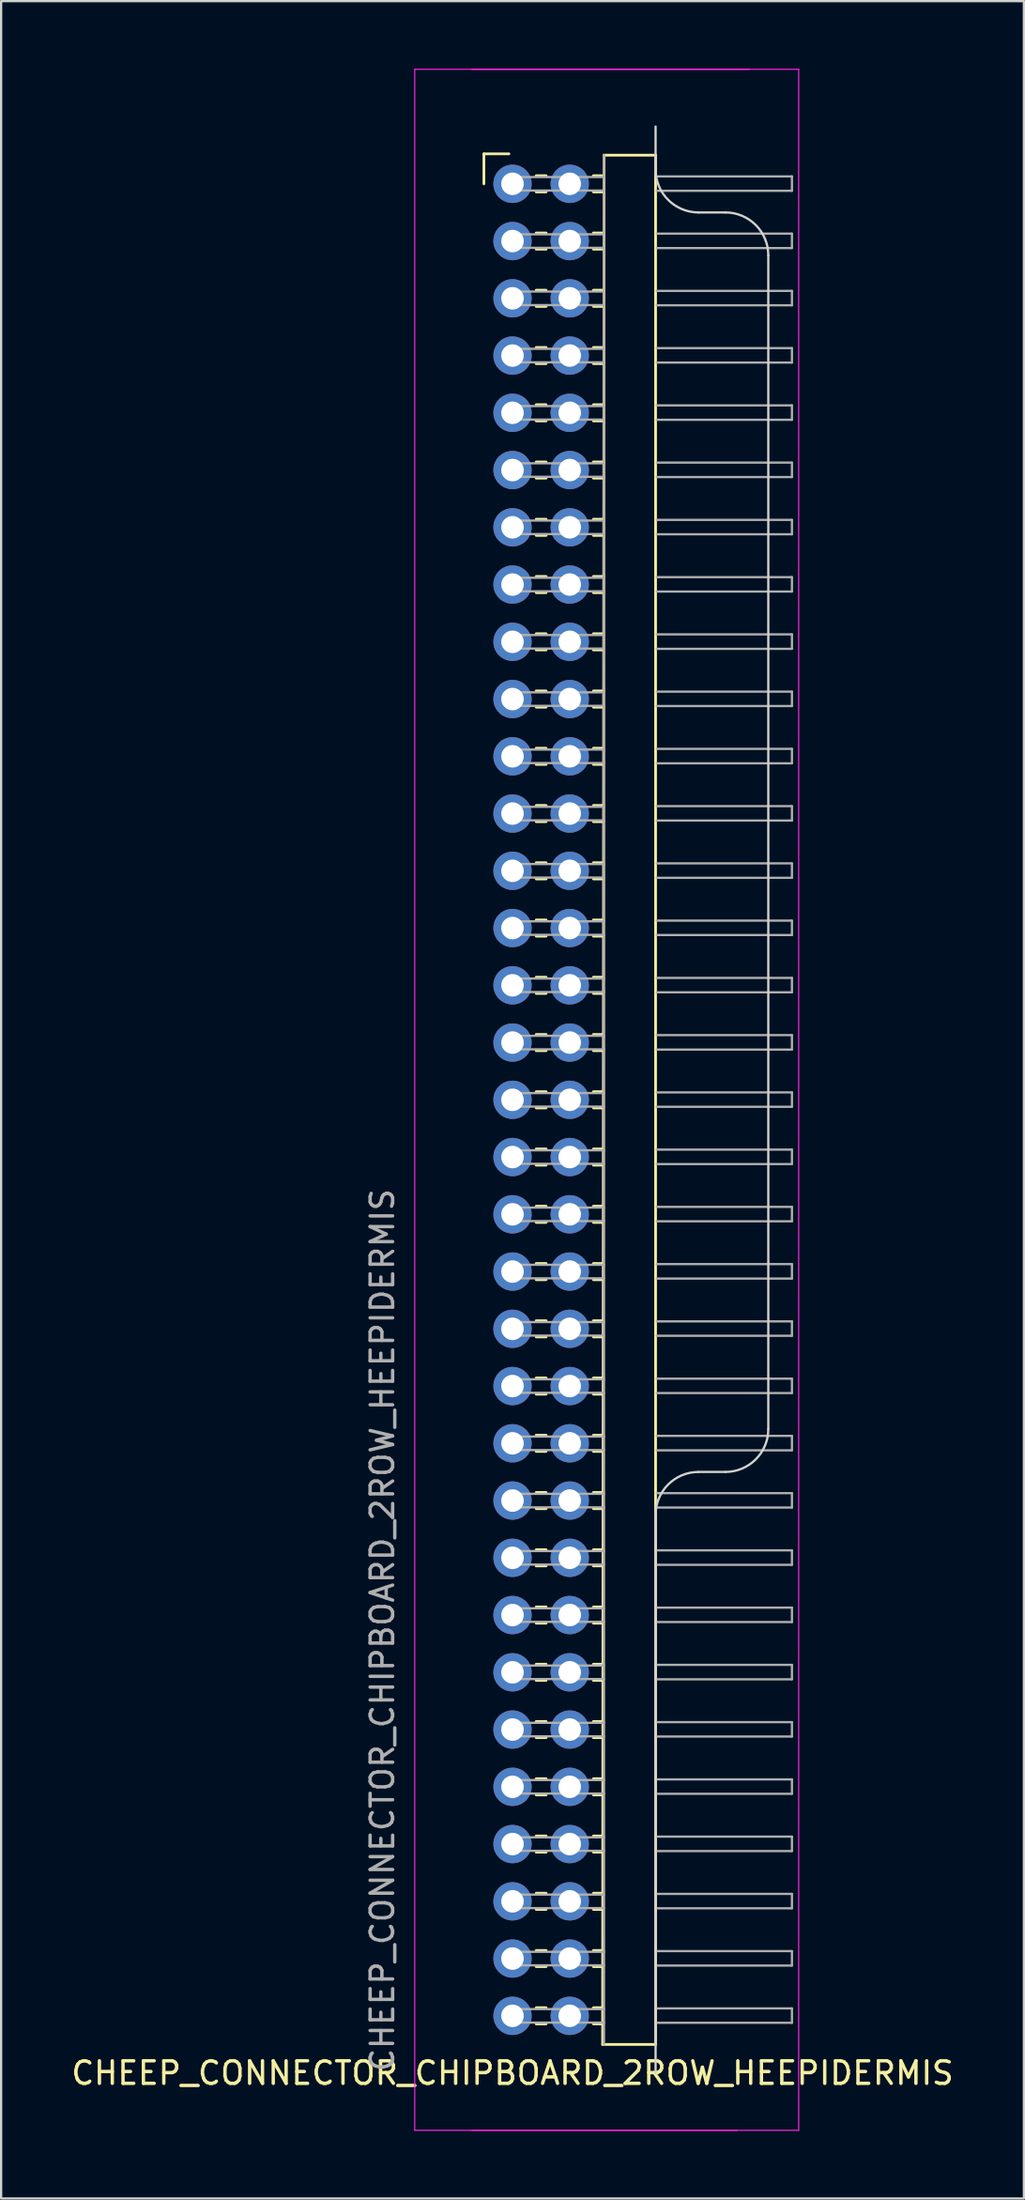
<source format=kicad_pcb>
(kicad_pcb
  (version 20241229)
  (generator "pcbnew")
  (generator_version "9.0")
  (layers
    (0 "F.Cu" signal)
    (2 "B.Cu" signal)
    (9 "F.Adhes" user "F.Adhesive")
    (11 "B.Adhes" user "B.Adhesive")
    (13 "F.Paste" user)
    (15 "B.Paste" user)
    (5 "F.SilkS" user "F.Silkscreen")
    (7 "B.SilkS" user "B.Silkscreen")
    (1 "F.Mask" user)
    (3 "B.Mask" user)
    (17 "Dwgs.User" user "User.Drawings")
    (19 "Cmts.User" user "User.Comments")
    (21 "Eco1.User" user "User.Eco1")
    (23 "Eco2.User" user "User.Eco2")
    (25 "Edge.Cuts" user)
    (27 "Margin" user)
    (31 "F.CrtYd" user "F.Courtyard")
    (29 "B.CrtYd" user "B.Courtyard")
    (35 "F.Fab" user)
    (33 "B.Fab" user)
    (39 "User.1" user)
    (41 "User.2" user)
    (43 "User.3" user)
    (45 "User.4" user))
  (footprint "CHEEP_CONNECTOR_CHIPBOARD_2ROW_HEEPIDERMIS"
    (layer "F.Cu")
    (at 19.696 5.105)
    (property "Reference" "CHEEP_CONNECTOR_CHIPBOARD_2ROW_HEEPIDERMIS" (at 0 83.82 0) (layer "F.SilkS") (effects (font (size 1 1) (thickness 0.15))))
    (attr through_hole)
    (fp_line (start -1.27 -1.33) (end -1.27 0) (stroke (width 0.12) (type solid)) (layer "F.SilkS"))
    (fp_line (start -0.16 -1.33) (end -1.27 -1.33) (stroke (width 0.12) (type solid)) (layer "F.SilkS"))
    (fp_line (start 1.49 -0.36) (end 1.05 -0.36) (stroke (width 0.12) (type solid)) (layer "F.SilkS"))
    (fp_line (start 1.49 0.36) (end 1.05 0.36) (stroke (width 0.12) (type solid)) (layer "F.SilkS"))
    (fp_line (start 1.49 2.18) (end 1.05 2.18) (stroke (width 0.12) (type solid)) (layer "F.SilkS"))
    (fp_line (start 1.49 2.9) (end 1.05 2.9) (stroke (width 0.12) (type solid)) (layer "F.SilkS"))
    (fp_line (start 1.49 4.72) (end 1.05 4.72) (stroke (width 0.12) (type solid)) (layer "F.SilkS"))
    (fp_line (start 1.49 5.44) (end 1.05 5.44) (stroke (width 0.12) (type solid)) (layer "F.SilkS"))
    (fp_line (start 1.49 7.26) (end 1.05 7.26) (stroke (width 0.12) (type solid)) (layer "F.SilkS"))
    (fp_line (start 1.49 7.98) (end 1.05 7.98) (stroke (width 0.12) (type solid)) (layer "F.SilkS"))
    (fp_line (start 1.49 9.8) (end 1.05 9.8) (stroke (width 0.12) (type solid)) (layer "F.SilkS"))
    (fp_line (start 1.49 10.52) (end 1.05 10.52) (stroke (width 0.12) (type solid)) (layer "F.SilkS"))
    (fp_line (start 1.49 12.34) (end 1.05 12.34) (stroke (width 0.12) (type solid)) (layer "F.SilkS"))
    (fp_line (start 1.49 13.06) (end 1.05 13.06) (stroke (width 0.12) (type solid)) (layer "F.SilkS"))
    (fp_line (start 1.49 14.88) (end 1.05 14.88) (stroke (width 0.12) (type solid)) (layer "F.SilkS"))
    (fp_line (start 1.49 15.6) (end 1.05 15.6) (stroke (width 0.12) (type solid)) (layer "F.SilkS"))
    (fp_line (start 1.49 17.42) (end 1.05 17.42) (stroke (width 0.12) (type solid)) (layer "F.SilkS"))
    (fp_line (start 1.49 18.14) (end 1.05 18.14) (stroke (width 0.12) (type solid)) (layer "F.SilkS"))
    (fp_line (start 1.49 19.96) (end 1.05 19.96) (stroke (width 0.12) (type solid)) (layer "F.SilkS"))
    (fp_line (start 1.49 20.68) (end 1.05 20.68) (stroke (width 0.12) (type solid)) (layer "F.SilkS"))
    (fp_line (start 1.49 22.5) (end 1.05 22.5) (stroke (width 0.12) (type solid)) (layer "F.SilkS"))
    (fp_line (start 1.49 23.22) (end 1.05 23.22) (stroke (width 0.12) (type solid)) (layer "F.SilkS"))
    (fp_line (start 1.49 25.04) (end 1.05 25.04) (stroke (width 0.12) (type solid)) (layer "F.SilkS"))
    (fp_line (start 1.49 25.76) (end 1.05 25.76) (stroke (width 0.12) (type solid)) (layer "F.SilkS"))
    (fp_line (start 1.49 27.58) (end 1.05 27.58) (stroke (width 0.12) (type solid)) (layer "F.SilkS"))
    (fp_line (start 1.49 28.3) (end 1.05 28.3) (stroke (width 0.12) (type solid)) (layer "F.SilkS"))
    (fp_line (start 1.49 30.12) (end 1.05 30.12) (stroke (width 0.12) (type solid)) (layer "F.SilkS"))
    (fp_line (start 1.49 30.84) (end 1.05 30.84) (stroke (width 0.12) (type solid)) (layer "F.SilkS"))
    (fp_line (start 1.49 32.66) (end 1.05 32.66) (stroke (width 0.12) (type solid)) (layer "F.SilkS"))
    (fp_line (start 1.49 33.38) (end 1.05 33.38) (stroke (width 0.12) (type solid)) (layer "F.SilkS"))
    (fp_line (start 1.49 35.2) (end 1.05 35.2) (stroke (width 0.12) (type solid)) (layer "F.SilkS"))
    (fp_line (start 1.49 35.92) (end 1.05 35.92) (stroke (width 0.12) (type solid)) (layer "F.SilkS"))
    (fp_line (start 1.49 37.74) (end 1.05 37.74) (stroke (width 0.12) (type solid)) (layer "F.SilkS"))
    (fp_line (start 1.49 38.46) (end 1.05 38.46) (stroke (width 0.12) (type solid)) (layer "F.SilkS"))
    (fp_line (start 1.49 40.28) (end 1.05 40.28) (stroke (width 0.12) (type solid)) (layer "F.SilkS"))
    (fp_line (start 1.49 41) (end 1.05 41) (stroke (width 0.12) (type solid)) (layer "F.SilkS"))
    (fp_line (start 1.49 42.82) (end 1.05 42.82) (stroke (width 0.12) (type solid)) (layer "F.SilkS"))
    (fp_line (start 1.49 43.54) (end 1.05 43.54) (stroke (width 0.12) (type solid)) (layer "F.SilkS"))
    (fp_line (start 1.49 45.36) (end 1.05 45.36) (stroke (width 0.12) (type solid)) (layer "F.SilkS"))
    (fp_line (start 1.49 46.08) (end 1.05 46.08) (stroke (width 0.12) (type solid)) (layer "F.SilkS"))
    (fp_line (start 1.49 47.9) (end 1.05 47.9) (stroke (width 0.12) (type solid)) (layer "F.SilkS"))
    (fp_line (start 1.49 48.62) (end 1.05 48.62) (stroke (width 0.12) (type solid)) (layer "F.SilkS"))
    (fp_line (start 1.49 50.44) (end 1.05 50.44) (stroke (width 0.12) (type solid)) (layer "F.SilkS"))
    (fp_line (start 1.49 51.16) (end 1.05 51.16) (stroke (width 0.12) (type solid)) (layer "F.SilkS"))
    (fp_line (start 1.49 52.98) (end 1.05 52.98) (stroke (width 0.12) (type solid)) (layer "F.SilkS"))
    (fp_line (start 1.49 53.7) (end 1.05 53.7) (stroke (width 0.12) (type solid)) (layer "F.SilkS"))
    (fp_line (start 1.49 55.52) (end 1.05 55.52) (stroke (width 0.12) (type solid)) (layer "F.SilkS"))
    (fp_line (start 1.49 56.24) (end 1.05 56.24) (stroke (width 0.12) (type solid)) (layer "F.SilkS"))
    (fp_line (start 1.49 58.06) (end 1.05 58.06) (stroke (width 0.12) (type solid)) (layer "F.SilkS"))
    (fp_line (start 1.49 58.78) (end 1.05 58.78) (stroke (width 0.12) (type solid)) (layer "F.SilkS"))
    (fp_line (start 1.49 60.6) (end 1.05 60.6) (stroke (width 0.12) (type solid)) (layer "F.SilkS"))
    (fp_line (start 1.49 61.32) (end 1.05 61.32) (stroke (width 0.12) (type solid)) (layer "F.SilkS"))
    (fp_line (start 1.49 63.14) (end 1.05 63.14) (stroke (width 0.12) (type solid)) (layer "F.SilkS"))
    (fp_line (start 1.49 63.86) (end 1.05 63.86) (stroke (width 0.12) (type solid)) (layer "F.SilkS"))
    (fp_line (start 1.49 65.68) (end 1.05 65.68) (stroke (width 0.12) (type solid)) (layer "F.SilkS"))
    (fp_line (start 1.49 66.4) (end 1.05 66.4) (stroke (width 0.12) (type solid)) (layer "F.SilkS"))
    (fp_line (start 1.49 68.22) (end 1.05 68.22) (stroke (width 0.12) (type solid)) (layer "F.SilkS"))
    (fp_line (start 1.49 68.94) (end 1.05 68.94) (stroke (width 0.12) (type solid)) (layer "F.SilkS"))
    (fp_line (start 1.49 70.76) (end 1.05 70.76) (stroke (width 0.12) (type solid)) (layer "F.SilkS"))
    (fp_line (start 1.49 71.48) (end 1.05 71.48) (stroke (width 0.12) (type solid)) (layer "F.SilkS"))
    (fp_line (start 1.49 73.3) (end 1.05 73.3) (stroke (width 0.12) (type solid)) (layer "F.SilkS"))
    (fp_line (start 1.49 74.02) (end 1.05 74.02) (stroke (width 0.12) (type solid)) (layer "F.SilkS"))
    (fp_line (start 1.49 75.84) (end 1.05 75.84) (stroke (width 0.12) (type solid)) (layer "F.SilkS"))
    (fp_line (start 1.49 76.56) (end 1.05 76.56) (stroke (width 0.12) (type solid)) (layer "F.SilkS"))
    (fp_line (start 1.49 78.38) (end 1.05 78.38) (stroke (width 0.12) (type solid)) (layer "F.SilkS"))
    (fp_line (start 1.49 79.1) (end 1.05 79.1) (stroke (width 0.12) (type solid)) (layer "F.SilkS"))
    (fp_line (start 1.49 80.92) (end 1.05 80.92) (stroke (width 0.12) (type solid)) (layer "F.SilkS"))
    (fp_line (start 1.49 81.64) (end 1.05 81.64) (stroke (width 0.12) (type solid)) (layer "F.SilkS"))
    (fp_line (start 4 -0.36) (end 3.59 -0.36) (stroke (width 0.12) (type solid)) (layer "F.SilkS"))
    (fp_line (start 4 0.36) (end 3.59 0.36) (stroke (width 0.12) (type solid)) (layer "F.SilkS"))
    (fp_line (start 4 2.18) (end 3.59 2.18) (stroke (width 0.12) (type solid)) (layer "F.SilkS"))
    (fp_line (start 4 2.9) (end 3.59 2.9) (stroke (width 0.12) (type solid)) (layer "F.SilkS"))
    (fp_line (start 4 4.72) (end 3.59 4.72) (stroke (width 0.12) (type solid)) (layer "F.SilkS"))
    (fp_line (start 4 5.44) (end 3.59 5.44) (stroke (width 0.12) (type solid)) (layer "F.SilkS"))
    (fp_line (start 4 7.26) (end 3.59 7.26) (stroke (width 0.12) (type solid)) (layer "F.SilkS"))
    (fp_line (start 4 7.98) (end 3.59 7.98) (stroke (width 0.12) (type solid)) (layer "F.SilkS"))
    (fp_line (start 4 9.8) (end 3.59 9.8) (stroke (width 0.12) (type solid)) (layer "F.SilkS"))
    (fp_line (start 4 10.52) (end 3.59 10.52) (stroke (width 0.12) (type solid)) (layer "F.SilkS"))
    (fp_line (start 4 12.34) (end 3.59 12.34) (stroke (width 0.12) (type solid)) (layer "F.SilkS"))
    (fp_line (start 4 13.06) (end 3.59 13.06) (stroke (width 0.12) (type solid)) (layer "F.SilkS"))
    (fp_line (start 4 14.88) (end 3.59 14.88) (stroke (width 0.12) (type solid)) (layer "F.SilkS"))
    (fp_line (start 4 15.6) (end 3.59 15.6) (stroke (width 0.12) (type solid)) (layer "F.SilkS"))
    (fp_line (start 4 17.42) (end 3.59 17.42) (stroke (width 0.12) (type solid)) (layer "F.SilkS"))
    (fp_line (start 4 18.14) (end 3.59 18.14) (stroke (width 0.12) (type solid)) (layer "F.SilkS"))
    (fp_line (start 4 19.96) (end 3.59 19.96) (stroke (width 0.12) (type solid)) (layer "F.SilkS"))
    (fp_line (start 4 20.68) (end 3.59 20.68) (stroke (width 0.12) (type solid)) (layer "F.SilkS"))
    (fp_line (start 4 22.5) (end 3.59 22.5) (stroke (width 0.12) (type solid)) (layer "F.SilkS"))
    (fp_line (start 4 23.22) (end 3.59 23.22) (stroke (width 0.12) (type solid)) (layer "F.SilkS"))
    (fp_line (start 4 25.04) (end 3.59 25.04) (stroke (width 0.12) (type solid)) (layer "F.SilkS"))
    (fp_line (start 4 25.76) (end 3.59 25.76) (stroke (width 0.12) (type solid)) (layer "F.SilkS"))
    (fp_line (start 4 27.58) (end 3.59 27.58) (stroke (width 0.12) (type solid)) (layer "F.SilkS"))
    (fp_line (start 4 28.3) (end 3.59 28.3) (stroke (width 0.12) (type solid)) (layer "F.SilkS"))
    (fp_line (start 4 30.12) (end 3.59 30.12) (stroke (width 0.12) (type solid)) (layer "F.SilkS"))
    (fp_line (start 4 30.84) (end 3.59 30.84) (stroke (width 0.12) (type solid)) (layer "F.SilkS"))
    (fp_line (start 4 32.66) (end 3.59 32.66) (stroke (width 0.12) (type solid)) (layer "F.SilkS"))
    (fp_line (start 4 33.38) (end 3.59 33.38) (stroke (width 0.12) (type solid)) (layer "F.SilkS"))
    (fp_line (start 4 35.2) (end 3.59 35.2) (stroke (width 0.12) (type solid)) (layer "F.SilkS"))
    (fp_line (start 4 35.92) (end 3.59 35.92) (stroke (width 0.12) (type solid)) (layer "F.SilkS"))
    (fp_line (start 4 37.74) (end 3.59 37.74) (stroke (width 0.12) (type solid)) (layer "F.SilkS"))
    (fp_line (start 4 38.46) (end 3.59 38.46) (stroke (width 0.12) (type solid)) (layer "F.SilkS"))
    (fp_line (start 4 40.28) (end 3.59 40.28) (stroke (width 0.12) (type solid)) (layer "F.SilkS"))
    (fp_line (start 4 41) (end 3.59 41) (stroke (width 0.12) (type solid)) (layer "F.SilkS"))
    (fp_line (start 4 42.82) (end 3.59 42.82) (stroke (width 0.12) (type solid)) (layer "F.SilkS"))
    (fp_line (start 4 43.54) (end 3.59 43.54) (stroke (width 0.12) (type solid)) (layer "F.SilkS"))
    (fp_line (start 4 45.36) (end 3.59 45.36) (stroke (width 0.12) (type solid)) (layer "F.SilkS"))
    (fp_line (start 4 46.08) (end 3.59 46.08) (stroke (width 0.12) (type solid)) (layer "F.SilkS"))
    (fp_line (start 4 47.9) (end 3.59 47.9) (stroke (width 0.12) (type solid)) (layer "F.SilkS"))
    (fp_line (start 4 48.62) (end 3.59 48.62) (stroke (width 0.12) (type solid)) (layer "F.SilkS"))
    (fp_line (start 4 50.44) (end 3.59 50.44) (stroke (width 0.12) (type solid)) (layer "F.SilkS"))
    (fp_line (start 4 51.16) (end 3.59 51.16) (stroke (width 0.12) (type solid)) (layer "F.SilkS"))
    (fp_line (start 4 52.98) (end 3.59 52.98) (stroke (width 0.12) (type solid)) (layer "F.SilkS"))
    (fp_line (start 4 53.7) (end 3.59 53.7) (stroke (width 0.12) (type solid)) (layer "F.SilkS"))
    (fp_line (start 4 55.52) (end 3.59 55.52) (stroke (width 0.12) (type solid)) (layer "F.SilkS"))
    (fp_line (start 4 56.24) (end 3.59 56.24) (stroke (width 0.12) (type solid)) (layer "F.SilkS"))
    (fp_line (start 4 58.06) (end 3.59 58.06) (stroke (width 0.12) (type solid)) (layer "F.SilkS"))
    (fp_line (start 4 58.78) (end 3.59 58.78) (stroke (width 0.12) (type solid)) (layer "F.SilkS"))
    (fp_line (start 4 60.6) (end 3.59 60.6) (stroke (width 0.12) (type solid)) (layer "F.SilkS"))
    (fp_line (start 4 61.32) (end 3.59 61.32) (stroke (width 0.12) (type solid)) (layer "F.SilkS"))
    (fp_line (start 4 63.14) (end 3.59 63.14) (stroke (width 0.12) (type solid)) (layer "F.SilkS"))
    (fp_line (start 4 63.86) (end 3.59 63.86) (stroke (width 0.12) (type solid)) (layer "F.SilkS"))
    (fp_line (start 4 65.68) (end 3.59 65.68) (stroke (width 0.12) (type solid)) (layer "F.SilkS"))
    (fp_line (start 4 66.4) (end 3.59 66.4) (stroke (width 0.12) (type solid)) (layer "F.SilkS"))
    (fp_line (start 4 68.22) (end 3.59 68.22) (stroke (width 0.12) (type solid)) (layer "F.SilkS"))
    (fp_line (start 4 68.94) (end 3.59 68.94) (stroke (width 0.12) (type solid)) (layer "F.SilkS"))
    (fp_line (start 4 70.76) (end 3.59 70.76) (stroke (width 0.12) (type solid)) (layer "F.SilkS"))
    (fp_line (start 4 71.48) (end 3.59 71.48) (stroke (width 0.12) (type solid)) (layer "F.SilkS"))
    (fp_line (start 4 73.3) (end 3.59 73.3) (stroke (width 0.12) (type solid)) (layer "F.SilkS"))
    (fp_line (start 4 74.02) (end 3.59 74.02) (stroke (width 0.12) (type solid)) (layer "F.SilkS"))
    (fp_line (start 4 75.84) (end 3.59 75.84) (stroke (width 0.12) (type solid)) (layer "F.SilkS"))
    (fp_line (start 4 76.56) (end 3.59 76.56) (stroke (width 0.12) (type solid)) (layer "F.SilkS"))
    (fp_line (start 4 78.38) (end 3.59 78.38) (stroke (width 0.12) (type solid)) (layer "F.SilkS"))
    (fp_line (start 4 79.1) (end 3.59 79.1) (stroke (width 0.12) (type solid)) (layer "F.SilkS"))
    (fp_line (start 4 80.92) (end 3.59 80.92) (stroke (width 0.12) (type solid)) (layer "F.SilkS"))
    (fp_line (start 4 81.64) (end 3.59 81.64) (stroke (width 0.12) (type solid)) (layer "F.SilkS"))
    (fp_line (start 4.064 -1.27) (end 4 82.55) (stroke (width 0.12) (type solid)) (layer "F.SilkS"))
    (fp_line (start 6.35 -1.27) (end 4.064 -1.27) (stroke (width 0.12) (type solid)) (layer "F.SilkS"))
    (fp_line (start 6.35 -1.27) (end 6.35 82.55) (stroke (width 0.12) (type solid)) (layer "F.SilkS"))
    (fp_line (start 6.35 82.55) (end 4 82.55) (stroke (width 0.12) (type solid)) (layer "F.SilkS"))
    (fp_line (start 6.35 59.055) (end 6.35 83.82) (stroke (width 0.1) (type default)) (layer "Edge.Cuts"))
    (fp_line (start 6.35 -0.635) (end 6.35 -2.54) (stroke (width 0.1) (type default)) (layer "Edge.Cuts"))
    (fp_line (start 8.255 57.15) (end 9.448 57.15) (stroke (width 0.1) (type default)) (layer "Edge.Cuts"))
    (fp_line (start 9.448 1.27) (end 8.255 1.27) (stroke (width 0.1) (type default)) (layer "Edge.Cuts"))
    (fp_line (start 11.353 55.245) (end 11.353 3.175) (stroke (width 0.1) (type default)) (layer "Edge.Cuts"))
    (fp_arc (start 6.35 59.055) (mid 6.907962 57.707961) (end 8.255 57.15) (stroke (width 0.1) (type default)) (layer "Edge.Cuts"))
    (fp_arc (start 8.255001 1.27) (mid 6.907963 0.712038) (end 6.350001 -0.635) (stroke (width 0.1) (type default)) (layer "Edge.Cuts"))
    (fp_arc (start 9.447962 1.27) (mid 10.795 1.827962) (end 11.352962 3.175) (stroke (width 0.1) (type default)) (layer "Edge.Cuts"))
    (fp_arc (start 11.352962 55.245) (mid 10.795 56.592039) (end 9.447962 57.15) (stroke (width 0.1) (type default)) (layer "Edge.Cuts"))
    (fp_line (start -4.34 -5.08) (end 10.51 -5.08) (stroke (width 0.05) (type solid)) (layer "F.CrtYd"))
    (fp_line (start -4.34 86.36) (end -4.34 -5.08) (stroke (width 0.05) (type solid)) (layer "F.CrtYd"))
    (fp_line (start -1.8 -5.08) (end 12.7 -5.08) (stroke (width 0.05) (type solid)) (layer "F.CrtYd"))
    (fp_line (start 9.965 86.36) (end -4.34 86.36) (stroke (width 0.05) (type solid)) (layer "F.CrtYd"))
    (fp_line (start 12.7 -5.08) (end 12.7 86.36) (stroke (width 0.05) (type solid)) (layer "F.CrtYd"))
    (fp_line (start 12.7 86.36) (end -1.8 86.36) (stroke (width 0.05) (type solid)) (layer "F.CrtYd"))
    (fp_line (start 0 -0.3) (end 4.06 -0.3) (stroke (width 0.1) (type solid)) (layer "F.Fab"))
    (fp_line (start 0 0.3) (end 0 -0.3) (stroke (width 0.1) (type solid)) (layer "F.Fab"))
    (fp_line (start 0 2.24) (end 4.06 2.24) (stroke (width 0.1) (type solid)) (layer "F.Fab"))
    (fp_line (start 0 2.84) (end 0 2.24) (stroke (width 0.1) (type solid)) (layer "F.Fab"))
    (fp_line (start 0 4.78) (end 4.06 4.78) (stroke (width 0.1) (type solid)) (layer "F.Fab"))
    (fp_line (start 0 5.38) (end 0 4.78) (stroke (width 0.1) (type solid)) (layer "F.Fab"))
    (fp_line (start 0 7.32) (end 4.06 7.32) (stroke (width 0.1) (type solid)) (layer "F.Fab"))
    (fp_line (start 0 7.92) (end 0 7.32) (stroke (width 0.1) (type solid)) (layer "F.Fab"))
    (fp_line (start 0 9.86) (end 4.06 9.86) (stroke (width 0.1) (type solid)) (layer "F.Fab"))
    (fp_line (start 0 10.46) (end 0 9.86) (stroke (width 0.1) (type solid)) (layer "F.Fab"))
    (fp_line (start 0 12.4) (end 4.06 12.4) (stroke (width 0.1) (type solid)) (layer "F.Fab"))
    (fp_line (start 0 13) (end 0 12.4) (stroke (width 0.1) (type solid)) (layer "F.Fab"))
    (fp_line (start 0 14.94) (end 4.06 14.94) (stroke (width 0.1) (type solid)) (layer "F.Fab"))
    (fp_line (start 0 15.54) (end 0 14.94) (stroke (width 0.1) (type solid)) (layer "F.Fab"))
    (fp_line (start 0 17.48) (end 4.06 17.48) (stroke (width 0.1) (type solid)) (layer "F.Fab"))
    (fp_line (start 0 18.08) (end 0 17.48) (stroke (width 0.1) (type solid)) (layer "F.Fab"))
    (fp_line (start 0 20.02) (end 4.06 20.02) (stroke (width 0.1) (type solid)) (layer "F.Fab"))
    (fp_line (start 0 20.62) (end 0 20.02) (stroke (width 0.1) (type solid)) (layer "F.Fab"))
    (fp_line (start 0 22.56) (end 4.06 22.56) (stroke (width 0.1) (type solid)) (layer "F.Fab"))
    (fp_line (start 0 23.16) (end 0 22.56) (stroke (width 0.1) (type solid)) (layer "F.Fab"))
    (fp_line (start 0 25.1) (end 4.06 25.1) (stroke (width 0.1) (type solid)) (layer "F.Fab"))
    (fp_line (start 0 25.7) (end 0 25.1) (stroke (width 0.1) (type solid)) (layer "F.Fab"))
    (fp_line (start 0 27.64) (end 4.06 27.64) (stroke (width 0.1) (type solid)) (layer "F.Fab"))
    (fp_line (start 0 28.24) (end 0 27.64) (stroke (width 0.1) (type solid)) (layer "F.Fab"))
    (fp_line (start 0 30.18) (end 4.06 30.18) (stroke (width 0.1) (type solid)) (layer "F.Fab"))
    (fp_line (start 0 30.78) (end 0 30.18) (stroke (width 0.1) (type solid)) (layer "F.Fab"))
    (fp_line (start 0 32.72) (end 4.06 32.72) (stroke (width 0.1) (type solid)) (layer "F.Fab"))
    (fp_line (start 0 33.32) (end 0 32.72) (stroke (width 0.1) (type solid)) (layer "F.Fab"))
    (fp_line (start 0 35.26) (end 4.06 35.26) (stroke (width 0.1) (type solid)) (layer "F.Fab"))
    (fp_line (start 0 35.86) (end 0 35.26) (stroke (width 0.1) (type solid)) (layer "F.Fab"))
    (fp_line (start 0 37.8) (end 4.06 37.8) (stroke (width 0.1) (type solid)) (layer "F.Fab"))
    (fp_line (start 0 38.4) (end 0 37.8) (stroke (width 0.1) (type solid)) (layer "F.Fab"))
    (fp_line (start 0 40.34) (end 4.06 40.34) (stroke (width 0.1) (type solid)) (layer "F.Fab"))
    (fp_line (start 0 40.94) (end 0 40.34) (stroke (width 0.1) (type solid)) (layer "F.Fab"))
    (fp_line (start 0 42.88) (end 4.06 42.88) (stroke (width 0.1) (type solid)) (layer "F.Fab"))
    (fp_line (start 0 43.48) (end 0 42.88) (stroke (width 0.1) (type solid)) (layer "F.Fab"))
    (fp_line (start 0 45.42) (end 4.06 45.42) (stroke (width 0.1) (type solid)) (layer "F.Fab"))
    (fp_line (start 0 46.02) (end 0 45.42) (stroke (width 0.1) (type solid)) (layer "F.Fab"))
    (fp_line (start 0 47.96) (end 4.06 47.96) (stroke (width 0.1) (type solid)) (layer "F.Fab"))
    (fp_line (start 0 48.56) (end 0 47.96) (stroke (width 0.1) (type solid)) (layer "F.Fab"))
    (fp_line (start 0 50.5) (end 4.06 50.5) (stroke (width 0.1) (type solid)) (layer "F.Fab"))
    (fp_line (start 0 51.1) (end 0 50.5) (stroke (width 0.1) (type solid)) (layer "F.Fab"))
    (fp_line (start 0 53.04) (end 4.06 53.04) (stroke (width 0.1) (type solid)) (layer "F.Fab"))
    (fp_line (start 0 53.64) (end 0 53.04) (stroke (width 0.1) (type solid)) (layer "F.Fab"))
    (fp_line (start 0 55.58) (end 4.06 55.58) (stroke (width 0.1) (type solid)) (layer "F.Fab"))
    (fp_line (start 0 56.18) (end 0 55.58) (stroke (width 0.1) (type solid)) (layer "F.Fab"))
    (fp_line (start 0 58.12) (end 4.06 58.12) (stroke (width 0.1) (type solid)) (layer "F.Fab"))
    (fp_line (start 0 58.72) (end 0 58.12) (stroke (width 0.1) (type solid)) (layer "F.Fab"))
    (fp_line (start 0 60.66) (end 4.06 60.66) (stroke (width 0.1) (type solid)) (layer "F.Fab"))
    (fp_line (start 0 61.26) (end 0 60.66) (stroke (width 0.1) (type solid)) (layer "F.Fab"))
    (fp_line (start 0 63.2) (end 4.06 63.2) (stroke (width 0.1) (type solid)) (layer "F.Fab"))
    (fp_line (start 0 63.8) (end 0 63.2) (stroke (width 0.1) (type solid)) (layer "F.Fab"))
    (fp_line (start 0 65.74) (end 4.06 65.74) (stroke (width 0.1) (type solid)) (layer "F.Fab"))
    (fp_line (start 0 66.34) (end 0 65.74) (stroke (width 0.1) (type solid)) (layer "F.Fab"))
    (fp_line (start 0 68.28) (end 4.06 68.28) (stroke (width 0.1) (type solid)) (layer "F.Fab"))
    (fp_line (start 0 68.88) (end 0 68.28) (stroke (width 0.1) (type solid)) (layer "F.Fab"))
    (fp_line (start 0 70.82) (end 4.06 70.82) (stroke (width 0.1) (type solid)) (layer "F.Fab"))
    (fp_line (start 0 71.42) (end 0 70.82) (stroke (width 0.1) (type solid)) (layer "F.Fab"))
    (fp_line (start 0 73.36) (end 4.06 73.36) (stroke (width 0.1) (type solid)) (layer "F.Fab"))
    (fp_line (start 0 73.96) (end 0 73.36) (stroke (width 0.1) (type solid)) (layer "F.Fab"))
    (fp_line (start 0 75.9) (end 4.06 75.9) (stroke (width 0.1) (type solid)) (layer "F.Fab"))
    (fp_line (start 0 76.5) (end 0 75.9) (stroke (width 0.1) (type solid)) (layer "F.Fab"))
    (fp_line (start 0 78.44) (end 4.06 78.44) (stroke (width 0.1) (type solid)) (layer "F.Fab"))
    (fp_line (start 0 79.04) (end 0 78.44) (stroke (width 0.1) (type solid)) (layer "F.Fab"))
    (fp_line (start 0 80.98) (end 4.06 80.98) (stroke (width 0.1) (type solid)) (layer "F.Fab"))
    (fp_line (start 0 81.58) (end 0 80.98) (stroke (width 0.1) (type solid)) (layer "F.Fab"))
    (fp_line (start 4.06 -1.27) (end 4.06 82.55) (stroke (width 0.1) (type solid)) (layer "F.Fab"))
    (fp_line (start 4.06 0.3) (end 0 0.3) (stroke (width 0.1) (type solid)) (layer "F.Fab"))
    (fp_line (start 4.06 2.84) (end 0 2.84) (stroke (width 0.1) (type solid)) (layer "F.Fab"))
    (fp_line (start 4.06 5.38) (end 0 5.38) (stroke (width 0.1) (type solid)) (layer "F.Fab"))
    (fp_line (start 4.06 7.92) (end 0 7.92) (stroke (width 0.1) (type solid)) (layer "F.Fab"))
    (fp_line (start 4.06 10.46) (end 0 10.46) (stroke (width 0.1) (type solid)) (layer "F.Fab"))
    (fp_line (start 4.06 13) (end 0 13) (stroke (width 0.1) (type solid)) (layer "F.Fab"))
    (fp_line (start 4.06 15.54) (end 0 15.54) (stroke (width 0.1) (type solid)) (layer "F.Fab"))
    (fp_line (start 4.06 18.08) (end 0 18.08) (stroke (width 0.1) (type solid)) (layer "F.Fab"))
    (fp_line (start 4.06 20.62) (end 0 20.62) (stroke (width 0.1) (type solid)) (layer "F.Fab"))
    (fp_line (start 4.06 23.16) (end 0 23.16) (stroke (width 0.1) (type solid)) (layer "F.Fab"))
    (fp_line (start 4.06 25.7) (end 0 25.7) (stroke (width 0.1) (type solid)) (layer "F.Fab"))
    (fp_line (start 4.06 28.24) (end 0 28.24) (stroke (width 0.1) (type solid)) (layer "F.Fab"))
    (fp_line (start 4.06 30.78) (end 0 30.78) (stroke (width 0.1) (type solid)) (layer "F.Fab"))
    (fp_line (start 4.06 33.32) (end 0 33.32) (stroke (width 0.1) (type solid)) (layer "F.Fab"))
    (fp_line (start 4.06 35.86) (end 0 35.86) (stroke (width 0.1) (type solid)) (layer "F.Fab"))
    (fp_line (start 4.06 38.4) (end 0 38.4) (stroke (width 0.1) (type solid)) (layer "F.Fab"))
    (fp_line (start 4.06 40.94) (end 0 40.94) (stroke (width 0.1) (type solid)) (layer "F.Fab"))
    (fp_line (start 4.06 43.48) (end 0 43.48) (stroke (width 0.1) (type solid)) (layer "F.Fab"))
    (fp_line (start 4.06 46.02) (end 0 46.02) (stroke (width 0.1) (type solid)) (layer "F.Fab"))
    (fp_line (start 4.06 48.56) (end 0 48.56) (stroke (width 0.1) (type solid)) (layer "F.Fab"))
    (fp_line (start 4.06 51.1) (end 0 51.1) (stroke (width 0.1) (type solid)) (layer "F.Fab"))
    (fp_line (start 4.06 53.64) (end 0 53.64) (stroke (width 0.1) (type solid)) (layer "F.Fab"))
    (fp_line (start 4.06 56.18) (end 0 56.18) (stroke (width 0.1) (type solid)) (layer "F.Fab"))
    (fp_line (start 4.06 58.72) (end 0 58.72) (stroke (width 0.1) (type solid)) (layer "F.Fab"))
    (fp_line (start 4.06 61.26) (end 0 61.26) (stroke (width 0.1) (type solid)) (layer "F.Fab"))
    (fp_line (start 4.06 63.8) (end 0 63.8) (stroke (width 0.1) (type solid)) (layer "F.Fab"))
    (fp_line (start 4.06 66.34) (end 0 66.34) (stroke (width 0.1) (type solid)) (layer "F.Fab"))
    (fp_line (start 4.06 68.88) (end 0 68.88) (stroke (width 0.1) (type solid)) (layer "F.Fab"))
    (fp_line (start 4.06 71.42) (end 0 71.42) (stroke (width 0.1) (type solid)) (layer "F.Fab"))
    (fp_line (start 4.06 73.96) (end 0 73.96) (stroke (width 0.1) (type solid)) (layer "F.Fab"))
    (fp_line (start 4.06 76.5) (end 0 76.5) (stroke (width 0.1) (type solid)) (layer "F.Fab"))
    (fp_line (start 4.06 79.04) (end 0 79.04) (stroke (width 0.1) (type solid)) (layer "F.Fab"))
    (fp_line (start 4.06 81.58) (end 0 81.58) (stroke (width 0.1) (type solid)) (layer "F.Fab"))
    (fp_line (start 6.401 -0.33) (end 12.401 -0.33) (stroke (width 0.1) (type solid)) (layer "F.Fab"))
    (fp_line (start 6.401 0.31) (end 12.401 0.31) (stroke (width 0.1) (type solid)) (layer "F.Fab"))
    (fp_line (start 6.401 2.21) (end 12.401 2.21) (stroke (width 0.1) (type solid)) (layer "F.Fab"))
    (fp_line (start 6.401 2.85) (end 12.401 2.85) (stroke (width 0.1) (type solid)) (layer "F.Fab"))
    (fp_line (start 6.401 4.75) (end 12.401 4.75) (stroke (width 0.1) (type solid)) (layer "F.Fab"))
    (fp_line (start 6.401 5.39) (end 12.401 5.39) (stroke (width 0.1) (type solid)) (layer "F.Fab"))
    (fp_line (start 6.401 7.29) (end 12.401 7.29) (stroke (width 0.1) (type solid)) (layer "F.Fab"))
    (fp_line (start 6.401 7.93) (end 12.401 7.93) (stroke (width 0.1) (type solid)) (layer "F.Fab"))
    (fp_line (start 6.401 9.83) (end 12.401 9.83) (stroke (width 0.1) (type solid)) (layer "F.Fab"))
    (fp_line (start 6.401 10.47) (end 12.401 10.47) (stroke (width 0.1) (type solid)) (layer "F.Fab"))
    (fp_line (start 6.401 12.37) (end 12.401 12.37) (stroke (width 0.1) (type solid)) (layer "F.Fab"))
    (fp_line (start 6.401 13.01) (end 12.401 13.01) (stroke (width 0.1) (type solid)) (layer "F.Fab"))
    (fp_line (start 6.401 14.91) (end 12.401 14.91) (stroke (width 0.1) (type solid)) (layer "F.Fab"))
    (fp_line (start 6.401 15.55) (end 12.401 15.55) (stroke (width 0.1) (type solid)) (layer "F.Fab"))
    (fp_line (start 6.401 17.45) (end 12.401 17.45) (stroke (width 0.1) (type solid)) (layer "F.Fab"))
    (fp_line (start 6.401 18.09) (end 12.401 18.09) (stroke (width 0.1) (type solid)) (layer "F.Fab"))
    (fp_line (start 6.401 19.99) (end 12.401 19.99) (stroke (width 0.1) (type solid)) (layer "F.Fab"))
    (fp_line (start 6.401 20.63) (end 12.401 20.63) (stroke (width 0.1) (type solid)) (layer "F.Fab"))
    (fp_line (start 6.401 22.53) (end 12.401 22.53) (stroke (width 0.1) (type solid)) (layer "F.Fab"))
    (fp_line (start 6.401 23.17) (end 12.401 23.17) (stroke (width 0.1) (type solid)) (layer "F.Fab"))
    (fp_line (start 6.401 25.07) (end 12.401 25.07) (stroke (width 0.1) (type solid)) (layer "F.Fab"))
    (fp_line (start 6.401 25.71) (end 12.401 25.71) (stroke (width 0.1) (type solid)) (layer "F.Fab"))
    (fp_line (start 6.401 27.61) (end 12.401 27.61) (stroke (width 0.1) (type solid)) (layer "F.Fab"))
    (fp_line (start 6.401 28.25) (end 12.401 28.25) (stroke (width 0.1) (type solid)) (layer "F.Fab"))
    (fp_line (start 6.401 30.15) (end 12.401 30.15) (stroke (width 0.1) (type solid)) (layer "F.Fab"))
    (fp_line (start 6.401 30.79) (end 12.401 30.79) (stroke (width 0.1) (type solid)) (layer "F.Fab"))
    (fp_line (start 6.401 32.69) (end 12.401 32.69) (stroke (width 0.1) (type solid)) (layer "F.Fab"))
    (fp_line (start 6.401 33.33) (end 12.401 33.33) (stroke (width 0.1) (type solid)) (layer "F.Fab"))
    (fp_line (start 6.401 35.23) (end 12.401 35.23) (stroke (width 0.1) (type solid)) (layer "F.Fab"))
    (fp_line (start 6.401 35.87) (end 12.401 35.87) (stroke (width 0.1) (type solid)) (layer "F.Fab"))
    (fp_line (start 6.401 37.77) (end 12.401 37.77) (stroke (width 0.1) (type solid)) (layer "F.Fab"))
    (fp_line (start 6.401 38.41) (end 12.401 38.41) (stroke (width 0.1) (type solid)) (layer "F.Fab"))
    (fp_line (start 6.401 40.31) (end 12.401 40.31) (stroke (width 0.1) (type solid)) (layer "F.Fab"))
    (fp_line (start 6.401 40.95) (end 12.401 40.95) (stroke (width 0.1) (type solid)) (layer "F.Fab"))
    (fp_line (start 6.401 42.85) (end 12.401 42.85) (stroke (width 0.1) (type solid)) (layer "F.Fab"))
    (fp_line (start 6.401 43.49) (end 12.401 43.49) (stroke (width 0.1) (type solid)) (layer "F.Fab"))
    (fp_line (start 6.401 45.39) (end 12.401 45.39) (stroke (width 0.1) (type solid)) (layer "F.Fab"))
    (fp_line (start 6.401 46.03) (end 12.401 46.03) (stroke (width 0.1) (type solid)) (layer "F.Fab"))
    (fp_line (start 6.401 47.93) (end 12.401 47.93) (stroke (width 0.1) (type solid)) (layer "F.Fab"))
    (fp_line (start 6.401 48.57) (end 12.401 48.57) (stroke (width 0.1) (type solid)) (layer "F.Fab"))
    (fp_line (start 6.401 50.47) (end 12.401 50.47) (stroke (width 0.1) (type solid)) (layer "F.Fab"))
    (fp_line (start 6.401 51.11) (end 12.401 51.11) (stroke (width 0.1) (type solid)) (layer "F.Fab"))
    (fp_line (start 6.401 53.01) (end 12.401 53.01) (stroke (width 0.1) (type solid)) (layer "F.Fab"))
    (fp_line (start 6.401 53.65) (end 12.401 53.65) (stroke (width 0.1) (type solid)) (layer "F.Fab"))
    (fp_line (start 6.401 55.55) (end 12.401 55.55) (stroke (width 0.1) (type solid)) (layer "F.Fab"))
    (fp_line (start 6.401 56.19) (end 12.401 56.19) (stroke (width 0.1) (type solid)) (layer "F.Fab"))
    (fp_line (start 6.401 58.09) (end 12.401 58.09) (stroke (width 0.1) (type solid)) (layer "F.Fab"))
    (fp_line (start 6.401 58.73) (end 12.401 58.73) (stroke (width 0.1) (type solid)) (layer "F.Fab"))
    (fp_line (start 6.401 60.63) (end 12.401 60.63) (stroke (width 0.1) (type solid)) (layer "F.Fab"))
    (fp_line (start 6.401 61.27) (end 12.401 61.27) (stroke (width 0.1) (type solid)) (layer "F.Fab"))
    (fp_line (start 6.401 63.17) (end 12.401 63.17) (stroke (width 0.1) (type solid)) (layer "F.Fab"))
    (fp_line (start 6.401 63.81) (end 12.401 63.81) (stroke (width 0.1) (type solid)) (layer "F.Fab"))
    (fp_line (start 6.401 65.71) (end 12.401 65.71) (stroke (width 0.1) (type solid)) (layer "F.Fab"))
    (fp_line (start 6.401 66.35) (end 12.401 66.35) (stroke (width 0.1) (type solid)) (layer "F.Fab"))
    (fp_line (start 6.401 68.25) (end 12.401 68.25) (stroke (width 0.1) (type solid)) (layer "F.Fab"))
    (fp_line (start 6.401 68.89) (end 12.401 68.89) (stroke (width 0.1) (type solid)) (layer "F.Fab"))
    (fp_line (start 6.401 70.79) (end 12.401 70.79) (stroke (width 0.1) (type solid)) (layer "F.Fab"))
    (fp_line (start 6.401 71.43) (end 12.401 71.43) (stroke (width 0.1) (type solid)) (layer "F.Fab"))
    (fp_line (start 6.401 73.33) (end 12.401 73.33) (stroke (width 0.1) (type solid)) (layer "F.Fab"))
    (fp_line (start 6.401 73.97) (end 12.401 73.97) (stroke (width 0.1) (type solid)) (layer "F.Fab"))
    (fp_line (start 6.401 75.87) (end 12.401 75.87) (stroke (width 0.1) (type solid)) (layer "F.Fab"))
    (fp_line (start 6.401 76.51) (end 12.401 76.51) (stroke (width 0.1) (type solid)) (layer "F.Fab"))
    (fp_line (start 6.401 78.41) (end 12.401 78.41) (stroke (width 0.1) (type solid)) (layer "F.Fab"))
    (fp_line (start 6.401 79.05) (end 12.401 79.05) (stroke (width 0.1) (type solid)) (layer "F.Fab"))
    (fp_line (start 6.401 80.95) (end 12.401 80.95) (stroke (width 0.1) (type solid)) (layer "F.Fab"))
    (fp_line (start 6.401 81.59) (end 12.401 81.59) (stroke (width 0.1) (type solid)) (layer "F.Fab"))
    (fp_line (start 12.401 -0.33) (end 12.401 0.31) (stroke (width 0.1) (type solid)) (layer "F.Fab"))
    (fp_line (start 12.401 2.21) (end 12.401 2.85) (stroke (width 0.1) (type solid)) (layer "F.Fab"))
    (fp_line (start 12.401 4.75) (end 12.401 5.39) (stroke (width 0.1) (type solid)) (layer "F.Fab"))
    (fp_line (start 12.401 7.29) (end 12.401 7.93) (stroke (width 0.1) (type solid)) (layer "F.Fab"))
    (fp_line (start 12.401 9.83) (end 12.401 10.47) (stroke (width 0.1) (type solid)) (layer "F.Fab"))
    (fp_line (start 12.401 12.37) (end 12.401 13.01) (stroke (width 0.1) (type solid)) (layer "F.Fab"))
    (fp_line (start 12.401 14.91) (end 12.401 15.55) (stroke (width 0.1) (type solid)) (layer "F.Fab"))
    (fp_line (start 12.401 17.45) (end 12.401 18.09) (stroke (width 0.1) (type solid)) (layer "F.Fab"))
    (fp_line (start 12.401 19.99) (end 12.401 20.63) (stroke (width 0.1) (type solid)) (layer "F.Fab"))
    (fp_line (start 12.401 22.53) (end 12.401 23.17) (stroke (width 0.1) (type solid)) (layer "F.Fab"))
    (fp_line (start 12.401 25.07) (end 12.401 25.71) (stroke (width 0.1) (type solid)) (layer "F.Fab"))
    (fp_line (start 12.401 27.61) (end 12.401 28.25) (stroke (width 0.1) (type solid)) (layer "F.Fab"))
    (fp_line (start 12.401 30.15) (end 12.401 30.79) (stroke (width 0.1) (type solid)) (layer "F.Fab"))
    (fp_line (start 12.401 32.69) (end 12.401 33.33) (stroke (width 0.1) (type solid)) (layer "F.Fab"))
    (fp_line (start 12.401 35.23) (end 12.401 35.87) (stroke (width 0.1) (type solid)) (layer "F.Fab"))
    (fp_line (start 12.401 37.77) (end 12.401 38.41) (stroke (width 0.1) (type solid)) (layer "F.Fab"))
    (fp_line (start 12.401 40.31) (end 12.401 40.95) (stroke (width 0.1) (type solid)) (layer "F.Fab"))
    (fp_line (start 12.401 42.85) (end 12.401 43.49) (stroke (width 0.1) (type solid)) (layer "F.Fab"))
    (fp_line (start 12.401 45.39) (end 12.401 46.03) (stroke (width 0.1) (type solid)) (layer "F.Fab"))
    (fp_line (start 12.401 47.93) (end 12.401 48.57) (stroke (width 0.1) (type solid)) (layer "F.Fab"))
    (fp_line (start 12.401 50.47) (end 12.401 51.11) (stroke (width 0.1) (type solid)) (layer "F.Fab"))
    (fp_line (start 12.401 53.01) (end 12.401 53.65) (stroke (width 0.1) (type solid)) (layer "F.Fab"))
    (fp_line (start 12.401 55.55) (end 12.401 56.19) (stroke (width 0.1) (type solid)) (layer "F.Fab"))
    (fp_line (start 12.401 58.09) (end 12.401 58.73) (stroke (width 0.1) (type solid)) (layer "F.Fab"))
    (fp_line (start 12.401 60.63) (end 12.401 61.27) (stroke (width 0.1) (type solid)) (layer "F.Fab"))
    (fp_line (start 12.401 63.17) (end 12.401 63.81) (stroke (width 0.1) (type solid)) (layer "F.Fab"))
    (fp_line (start 12.401 65.71) (end 12.401 66.35) (stroke (width 0.1) (type solid)) (layer "F.Fab"))
    (fp_line (start 12.401 68.25) (end 12.401 68.89) (stroke (width 0.1) (type solid)) (layer "F.Fab"))
    (fp_line (start 12.401 70.79) (end 12.401 71.43) (stroke (width 0.1) (type solid)) (layer "F.Fab"))
    (fp_line (start 12.401 73.33) (end 12.401 73.97) (stroke (width 0.1) (type solid)) (layer "F.Fab"))
    (fp_line (start 12.401 75.87) (end 12.401 76.51) (stroke (width 0.1) (type solid)) (layer "F.Fab"))
    (fp_line (start 12.401 78.41) (end 12.401 79.05) (stroke (width 0.1) (type solid)) (layer "F.Fab"))
    (fp_line (start 12.401 80.95) (end 12.401 81.59) (stroke (width 0.1) (type solid)) (layer "F.Fab"))
    (fp_text user "${REFERENCE}" (at -5.775 64.17 90) (layer "F.Fab") (effects (font (size 1 1) (thickness 0.15))))
    (pad "B14" thru_hole circle (at 0 0) (size 1.7 1.7) (drill 1) (layers "*.Cu" "*.Mask"))
    (pad "B15" thru_hole circle (at 0 2.54) (size 1.7 1.7) (drill 1) (layers "*.Cu" "*.Mask"))
    (pad "B16" thru_hole circle (at 0 5.08) (size 1.7 1.7) (drill 1) (layers "*.Cu" "*.Mask"))
    (pad "B17" thru_hole circle (at 0 7.62) (size 1.7 1.7) (drill 1) (layers "*.Cu" "*.Mask"))
    (pad "B18" thru_hole circle (at 0 10.16) (size 1.7 1.7) (drill 1) (layers "*.Cu" "*.Mask"))
    (pad "B19" thru_hole circle (at 0 12.7) (size 1.7 1.7) (drill 1) (layers "*.Cu" "*.Mask"))
    (pad "B20" thru_hole circle (at 0 15.24) (size 1.7 1.7) (drill 1) (layers "*.Cu" "*.Mask"))
    (pad "B21" thru_hole circle (at 0 17.78) (size 1.7 1.7) (drill 1) (layers "*.Cu" "*.Mask"))
    (pad "B22" thru_hole circle (at 0 20.32) (size 1.7 1.7) (drill 1) (layers "*.Cu" "*.Mask"))
    (pad "B23" thru_hole circle (at 0 22.86) (size 1.7 1.7) (drill 1) (layers "*.Cu" "*.Mask"))
    (pad "B24" thru_hole circle (at 0 25.4) (size 1.7 1.7) (drill 1) (layers "*.Cu" "*.Mask"))
    (pad "B25" thru_hole circle (at 0 27.94) (size 1.7 1.7) (drill 1) (layers "*.Cu" "*.Mask"))
    (pad "B26" thru_hole circle (at 0 30.48) (size 1.7 1.7) (drill 1) (layers "*.Cu" "*.Mask"))
    (pad "B27" thru_hole circle (at 0 33.02) (size 1.7 1.7) (drill 1) (layers "*.Cu" "*.Mask"))
    (pad "B28" thru_hole circle (at 0 35.56) (size 1.7 1.7) (drill 1) (layers "*.Cu" "*.Mask"))
    (pad "B29" thru_hole circle (at 0 38.1) (size 1.7 1.7) (drill 1) (layers "*.Cu" "*.Mask"))
    (pad "B30" thru_hole circle (at 0 40.64) (size 1.7 1.7) (drill 1) (layers "*.Cu" "*.Mask"))
    (pad "B31" thru_hole circle (at 0 43.18) (size 1.7 1.7) (drill 1) (layers "*.Cu" "*.Mask"))
    (pad "B32" thru_hole circle (at 0 45.72) (size 1.7 1.7) (drill 1) (layers "*.Cu" "*.Mask"))
    (pad "B33" thru_hole circle (at 0 48.26) (size 1.7 1.7) (drill 1) (layers "*.Cu" "*.Mask"))
    (pad "B34" thru_hole circle (at 0 50.8) (size 1.7 1.7) (drill 1) (layers "*.Cu" "*.Mask"))
    (pad "B35" thru_hole circle (at 0 53.34) (size 1.7 1.7) (drill 1) (layers "*.Cu" "*.Mask"))
    (pad "B36" thru_hole circle (at 0 55.88) (size 1.7 1.7) (drill 1) (layers "*.Cu" "*.Mask"))
    (pad "B37" thru_hole circle (at 0 58.42) (size 1.7 1.7) (drill 1) (layers "*.Cu" "*.Mask"))
    (pad "B38" thru_hole circle (at 0 60.96) (size 1.7 1.7) (drill 1) (layers "*.Cu" "*.Mask"))
    (pad "B39" thru_hole circle (at 0 63.5) (size 1.7 1.7) (drill 1) (layers "*.Cu" "*.Mask"))
    (pad "B40" thru_hole circle (at 0 66.04) (size 1.7 1.7) (drill 1) (layers "*.Cu" "*.Mask"))
    (pad "B41" thru_hole circle (at 0 68.58) (size 1.7 1.7) (drill 1) (layers "*.Cu" "*.Mask"))
    (pad "B42" thru_hole circle (at 0 71.12) (size 1.7 1.7) (drill 1) (layers "*.Cu" "*.Mask"))
    (pad "B43" thru_hole circle (at 0 73.66) (size 1.7 1.7) (drill 1) (layers "*.Cu" "*.Mask"))
    (pad "B44" thru_hole circle (at 0 76.2) (size 1.7 1.7) (drill 1) (layers "*.Cu" "*.Mask"))
    (pad "B45" thru_hole circle (at 0 78.74) (size 1.7 1.7) (drill 1) (layers "*.Cu" "*.Mask"))
    (pad "B46" thru_hole circle (at 0 81.28) (size 1.7 1.7) (drill 1) (layers "*.Cu" "*.Mask"))
    (pad "C14" thru_hole circle (at 2.54 0) (size 1.7 1.7) (drill 1) (layers "*.Cu" "*.Mask"))
    (pad "C15" thru_hole circle (at 2.54 2.54) (size 1.7 1.7) (drill 1) (layers "*.Cu" "*.Mask"))
    (pad "C16" thru_hole circle (at 2.54 5.08) (size 1.7 1.7) (drill 1) (layers "*.Cu" "*.Mask"))
    (pad "C17" thru_hole circle (at 2.54 7.62) (size 1.7 1.7) (drill 1) (layers "*.Cu" "*.Mask"))
    (pad "C18" thru_hole circle (at 2.54 10.16) (size 1.7 1.7) (drill 1) (layers "*.Cu" "*.Mask"))
    (pad "C19" thru_hole circle (at 2.54 12.7) (size 1.7 1.7) (drill 1) (layers "*.Cu" "*.Mask"))
    (pad "C20" thru_hole circle (at 2.54 15.24) (size 1.7 1.7) (drill 1) (layers "*.Cu" "*.Mask"))
    (pad "C21" thru_hole circle (at 2.54 17.78) (size 1.7 1.7) (drill 1) (layers "*.Cu" "*.Mask"))
    (pad "C22" thru_hole circle (at 2.54 20.32) (size 1.7 1.7) (drill 1) (layers "*.Cu" "*.Mask"))
    (pad "C23" thru_hole circle (at 2.54 22.86) (size 1.7 1.7) (drill 1) (layers "*.Cu" "*.Mask"))
    (pad "C24" thru_hole circle (at 2.54 25.4) (size 1.7 1.7) (drill 1) (layers "*.Cu" "*.Mask"))
    (pad "C25" thru_hole circle (at 2.54 27.94) (size 1.7 1.7) (drill 1) (layers "*.Cu" "*.Mask"))
    (pad "C26" thru_hole circle (at 2.54 30.48) (size 1.7 1.7) (drill 1) (layers "*.Cu" "*.Mask"))
    (pad "C27" thru_hole circle (at 2.54 33.02) (size 1.7 1.7) (drill 1) (layers "*.Cu" "*.Mask"))
    (pad "C28" thru_hole circle (at 2.54 35.56) (size 1.7 1.7) (drill 1) (layers "*.Cu" "*.Mask"))
    (pad "C29" thru_hole circle (at 2.54 38.1) (size 1.7 1.7) (drill 1) (layers "*.Cu" "*.Mask"))
    (pad "C30" thru_hole circle (at 2.54 40.64) (size 1.7 1.7) (drill 1) (layers "*.Cu" "*.Mask"))
    (pad "C31" thru_hole circle (at 2.54 43.18) (size 1.7 1.7) (drill 1) (layers "*.Cu" "*.Mask"))
    (pad "C32" thru_hole circle (at 2.54 45.72) (size 1.7 1.7) (drill 1) (layers "*.Cu" "*.Mask"))
    (pad "C33" thru_hole circle (at 2.54 48.26) (size 1.7 1.7) (drill 1) (layers "*.Cu" "*.Mask"))
    (pad "C34" thru_hole circle (at 2.54 50.8) (size 1.7 1.7) (drill 1) (layers "*.Cu" "*.Mask"))
    (pad "C35" thru_hole circle (at 2.54 53.34) (size 1.7 1.7) (drill 1) (layers "*.Cu" "*.Mask"))
    (pad "C36" thru_hole circle (at 2.54 55.88) (size 1.7 1.7) (drill 1) (layers "*.Cu" "*.Mask"))
    (pad "C37" thru_hole circle (at 2.54 58.42) (size 1.7 1.7) (drill 1) (layers "*.Cu" "*.Mask"))
    (pad "C38" thru_hole circle (at 2.54 60.96) (size 1.7 1.7) (drill 1) (layers "*.Cu" "*.Mask"))
    (pad "C39" thru_hole circle (at 2.54 63.5) (size 1.7 1.7) (drill 1) (layers "*.Cu" "*.Mask"))
    (pad "C40" thru_hole circle (at 2.54 66.04) (size 1.7 1.7) (drill 1) (layers "*.Cu" "*.Mask"))
    (pad "C41" thru_hole circle (at 2.54 68.58) (size 1.7 1.7) (drill 1) (layers "*.Cu" "*.Mask"))
    (pad "C42" thru_hole circle (at 2.54 71.12) (size 1.7 1.7) (drill 1) (layers "*.Cu" "*.Mask"))
    (pad "C43" thru_hole circle (at 2.54 73.66) (size 1.7 1.7) (drill 1) (layers "*.Cu" "*.Mask"))
    (pad "C44" thru_hole circle (at 2.54 76.2) (size 1.7 1.7) (drill 1) (layers "*.Cu" "*.Mask"))
    (pad "C45" thru_hole circle (at 2.54 78.74) (size 1.7 1.7) (drill 1) (layers "*.Cu" "*.Mask"))
    (pad "C46" thru_hole circle (at 2.54 81.28) (size 1.7 1.7) (drill 1) (layers "*.Cu" "*.Mask")))
  (gr_rect
    (start -3 -3)
    (end 42.393 94.49)
    (stroke (width 0.1) (type default))
    (fill no)
    (layer "Edge.Cuts")))
</source>
